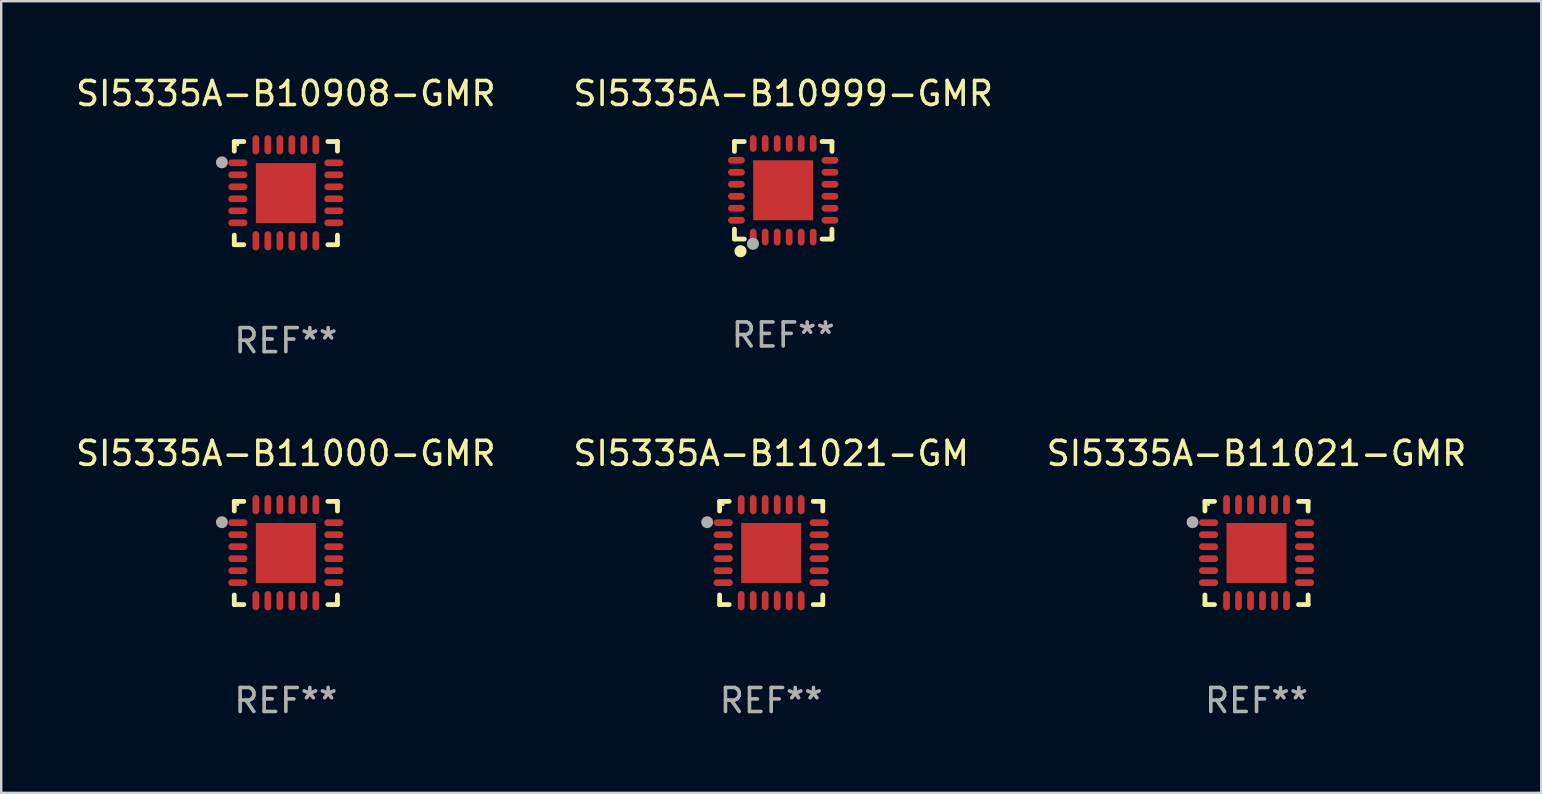
<source format=kicad_pcb>
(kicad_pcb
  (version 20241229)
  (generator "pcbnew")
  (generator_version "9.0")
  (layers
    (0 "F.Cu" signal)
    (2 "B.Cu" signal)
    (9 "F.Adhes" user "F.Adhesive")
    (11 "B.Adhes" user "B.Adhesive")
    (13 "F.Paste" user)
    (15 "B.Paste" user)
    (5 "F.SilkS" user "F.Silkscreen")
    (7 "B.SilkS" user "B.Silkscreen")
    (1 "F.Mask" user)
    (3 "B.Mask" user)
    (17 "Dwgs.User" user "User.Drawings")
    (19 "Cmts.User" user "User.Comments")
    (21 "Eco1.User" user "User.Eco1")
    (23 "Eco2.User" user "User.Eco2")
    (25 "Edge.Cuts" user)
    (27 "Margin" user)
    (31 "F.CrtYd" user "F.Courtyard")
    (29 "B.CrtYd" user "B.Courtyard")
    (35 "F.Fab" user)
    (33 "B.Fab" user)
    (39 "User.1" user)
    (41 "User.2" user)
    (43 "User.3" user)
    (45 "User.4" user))
  (footprint "SI5335A-B10999-GMR"
    (layer "F.Cu")
    (at 29.589 4.88)
    (property "Reference" "SI5335A-B10999-GMR" (at 0 -4.032 0) (layer "F.SilkS") (effects (font (size 1 1) (thickness 0.15))))
    (attr through_hole)
    (fp_line (start -2.032 -2.032) (end -1.621 -2.032) (stroke (width 0.2) (type solid)) (layer "F.SilkS"))
    (fp_line (start -2.032 -1.621) (end -2.032 -2.032) (stroke (width 0.2) (type solid)) (layer "F.SilkS"))
    (fp_line (start -2.032 2.032) (end -2.032 1.621) (stroke (width 0.2) (type solid)) (layer "F.SilkS"))
    (fp_line (start -1.621 2.032) (end -2.032 2.032) (stroke (width 0.2) (type solid)) (layer "F.SilkS"))
    (fp_line (start 1.621 -2.032) (end 2.032 -2.032) (stroke (width 0.2) (type solid)) (layer "F.SilkS"))
    (fp_line (start 2.032 -2.032) (end 2.032 -1.621) (stroke (width 0.2) (type solid)) (layer "F.SilkS"))
    (fp_line (start 2.032 1.621) (end 2.032 2.032) (stroke (width 0.2) (type solid)) (layer "F.SilkS"))
    (fp_line (start 2.032 2.032) (end 1.621 2.032) (stroke (width 0.2) (type solid)) (layer "F.SilkS"))
    (fp_circle (center -2 2) (end -1.97 2) (stroke (width 0.06) (type solid)) (fill no) (layer "F.SilkS"))
    (fp_circle (center -1.778 2.54) (end -1.651 2.54) (stroke (width 0.254) (type solid)) (fill no) (layer "F.SilkS"))
    (fp_circle (center -1.26 2.23) (end -1.133 2.23) (stroke (width 0.254) (type solid)) (fill no) (layer "F.Fab"))
    (fp_text user "REF**" (at 0 6.032 0) (layer "F.Fab") (effects (font (size 1 1) (thickness 0.15))))
    (pad "1" smd oval (at -1.25 1.95 180) (size 0.28 0.7) (layers "F.Cu" "F.Mask" "F.Paste"))
    (pad "2" smd oval (at -0.75 1.95 180) (size 0.28 0.7) (layers "F.Cu" "F.Mask" "F.Paste"))
    (pad "3" smd oval (at -0.25 1.95 180) (size 0.28 0.7) (layers "F.Cu" "F.Mask" "F.Paste"))
    (pad "4" smd oval (at 0.25 1.95 180) (size 0.28 0.7) (layers "F.Cu" "F.Mask" "F.Paste"))
    (pad "5" smd oval (at 0.75 1.95 180) (size 0.28 0.7) (layers "F.Cu" "F.Mask" "F.Paste"))
    (pad "6" smd oval (at 1.25 1.95 180) (size 0.28 0.7) (layers "F.Cu" "F.Mask" "F.Paste"))
    (pad "7" smd oval (at 1.95 1.25 270) (size 0.28 0.7) (layers "F.Cu" "F.Mask" "F.Paste"))
    (pad "8" smd oval (at 1.95 0.75 270) (size 0.28 0.7) (layers "F.Cu" "F.Mask" "F.Paste"))
    (pad "9" smd oval (at 1.95 0.25 270) (size 0.28 0.7) (layers "F.Cu" "F.Mask" "F.Paste"))
    (pad "10" smd oval (at 1.95 -0.25 270) (size 0.28 0.7) (layers "F.Cu" "F.Mask" "F.Paste"))
    (pad "11" smd oval (at 1.95 -0.75 270) (size 0.28 0.7) (layers "F.Cu" "F.Mask" "F.Paste"))
    (pad "12" smd oval (at 1.95 -1.25 270) (size 0.28 0.7) (layers "F.Cu" "F.Mask" "F.Paste"))
    (pad "13" smd oval (at 1.25 -1.95) (size 0.28 0.7) (layers "F.Cu" "F.Mask" "F.Paste"))
    (pad "14" smd oval (at 0.75 -1.95) (size 0.28 0.7) (layers "F.Cu" "F.Mask" "F.Paste"))
    (pad "15" smd oval (at 0.25 -1.95) (size 0.28 0.7) (layers "F.Cu" "F.Mask" "F.Paste"))
    (pad "16" smd oval (at -0.25 -1.95) (size 0.28 0.7) (layers "F.Cu" "F.Mask" "F.Paste"))
    (pad "17" smd oval (at -0.75 -1.95) (size 0.28 0.7) (layers "F.Cu" "F.Mask" "F.Paste"))
    (pad "18" smd oval (at -1.25 -1.95) (size 0.28 0.7) (layers "F.Cu" "F.Mask" "F.Paste"))
    (pad "19" smd oval (at -1.95 -1.25 90) (size 0.28 0.7) (layers "F.Cu" "F.Mask" "F.Paste"))
    (pad "20" smd oval (at -1.95 -0.75 90) (size 0.28 0.7) (layers "F.Cu" "F.Mask" "F.Paste"))
    (pad "21" smd oval (at -1.95 -0.25 90) (size 0.28 0.7) (layers "F.Cu" "F.Mask" "F.Paste"))
    (pad "22" smd oval (at -1.95 0.25 90) (size 0.28 0.7) (layers "F.Cu" "F.Mask" "F.Paste"))
    (pad "23" smd oval (at -1.95 0.75 90) (size 0.28 0.7) (layers "F.Cu" "F.Mask" "F.Paste"))
    (pad "24" smd oval (at -1.95 1.25 90) (size 0.28 0.7) (layers "F.Cu" "F.Mask" "F.Paste"))
    (pad "25" smd rect (at -0.000178 0.000025 90) (size 2.5 2.5) (layers "F.Cu" "F.Mask" "F.Paste")))
  (footprint "SI5335A-B11021-GMR"
    (layer "F.Cu")
    (at 49.315 19.995)
    (property "Reference" "SI5335A-B11021-GMR" (at 0 -4.15 0) (layer "F.SilkS") (effects (font (size 1 1) (thickness 0.15))))
    (attr through_hole)
    (fp_line (start -2.15 -2.15) (end -1.75 -2.15) (stroke (width 0.2) (type solid)) (layer "F.SilkS"))
    (fp_line (start -2.15 -1.75) (end -2.15 -2.15) (stroke (width 0.2) (type solid)) (layer "F.SilkS"))
    (fp_line (start -2.15 2.15) (end -2.15 1.75) (stroke (width 0.2) (type solid)) (layer "F.SilkS"))
    (fp_line (start -1.75 2.15) (end -2.15 2.15) (stroke (width 0.2) (type solid)) (layer "F.SilkS"))
    (fp_line (start 1.75 -2.15) (end 2.15 -2.15) (stroke (width 0.2) (type solid)) (layer "F.SilkS"))
    (fp_line (start 1.75 2.15) (end 2.15 2.15) (stroke (width 0.2) (type solid)) (layer "F.SilkS"))
    (fp_line (start 2.15 -2.15) (end 2.15 -1.75) (stroke (width 0.2) (type solid)) (layer "F.SilkS"))
    (fp_line (start 2.15 2.15) (end 2.15 1.75) (stroke (width 0.2) (type solid)) (layer "F.SilkS"))
    (fp_circle (center -2 -2.013) (end -1.97 -2.013) (stroke (width 0.06) (type solid)) (fill no) (layer "F.SilkS"))
    (fp_circle (center -2.667 -1.283) (end -2.542 -1.283) (stroke (width 0.25) (type solid)) (fill no) (layer "F.Fab"))
    (fp_text user "REF**" (at 0 6.15 0) (layer "F.Fab") (effects (font (size 1 1) (thickness 0.15))))
    (pad "1" smd oval (at -2 -1.263) (size 0.8 0.28) (layers "F.Cu" "F.Mask" "F.Paste"))
    (pad "2" smd oval (at -2 -0.763) (size 0.8 0.28) (layers "F.Cu" "F.Mask" "F.Paste"))
    (pad "3" smd oval (at -2 -0.263) (size 0.8 0.28) (layers "F.Cu" "F.Mask" "F.Paste"))
    (pad "4" smd oval (at -2 0.237) (size 0.8 0.28) (layers "F.Cu" "F.Mask" "F.Paste"))
    (pad "5" smd oval (at -2 0.737) (size 0.8 0.28) (layers "F.Cu" "F.Mask" "F.Paste"))
    (pad "6" smd oval (at -2 1.237) (size 0.8 0.28) (layers "F.Cu" "F.Mask" "F.Paste"))
    (pad "7" smd oval (at -1.25 1.987) (size 0.28 0.8) (layers "F.Cu" "F.Mask" "F.Paste"))
    (pad "8" smd oval (at -0.75 1.987) (size 0.28 0.8) (layers "F.Cu" "F.Mask" "F.Paste"))
    (pad "9" smd oval (at -0.25 1.987) (size 0.28 0.8) (layers "F.Cu" "F.Mask" "F.Paste"))
    (pad "10" smd oval (at 0.25 1.987) (size 0.28 0.8) (layers "F.Cu" "F.Mask" "F.Paste"))
    (pad "11" smd oval (at 0.75 1.987) (size 0.28 0.8) (layers "F.Cu" "F.Mask" "F.Paste"))
    (pad "12" smd oval (at 1.25 1.987) (size 0.28 0.8) (layers "F.Cu" "F.Mask" "F.Paste"))
    (pad "13" smd oval (at 2 1.237) (size 0.8 0.28) (layers "F.Cu" "F.Mask" "F.Paste"))
    (pad "14" smd oval (at 2 0.737) (size 0.8 0.28) (layers "F.Cu" "F.Mask" "F.Paste"))
    (pad "15" smd oval (at 2 0.237) (size 0.8 0.28) (layers "F.Cu" "F.Mask" "F.Paste"))
    (pad "16" smd oval (at 2 -0.263) (size 0.8 0.28) (layers "F.Cu" "F.Mask" "F.Paste"))
    (pad "17" smd oval (at 2 -0.763) (size 0.8 0.28) (layers "F.Cu" "F.Mask" "F.Paste"))
    (pad "18" smd oval (at 2 -1.263) (size 0.8 0.28) (layers "F.Cu" "F.Mask" "F.Paste"))
    (pad "19" smd oval (at 1.25 -2.013) (size 0.28 0.8) (layers "F.Cu" "F.Mask" "F.Paste"))
    (pad "20" smd oval (at 0.75 -2.013) (size 0.28 0.8) (layers "F.Cu" "F.Mask" "F.Paste"))
    (pad "21" smd oval (at 0.25 -2.013) (size 0.28 0.8) (layers "F.Cu" "F.Mask" "F.Paste"))
    (pad "22" smd oval (at -0.25 -2.013) (size 0.28 0.8) (layers "F.Cu" "F.Mask" "F.Paste"))
    (pad "23" smd oval (at -0.75 -2.013) (size 0.28 0.8) (layers "F.Cu" "F.Mask" "F.Paste"))
    (pad "24" smd oval (at -1.25 -2.013) (size 0.28 0.8) (layers "F.Cu" "F.Mask" "F.Paste"))
    (pad "25" smd rect (at -0.000127 -0.00014) (size 2.5 2.5) (layers "F.Cu" "F.Mask" "F.Paste")))
  (footprint "SI5335A-B11021-GM"
    (layer "F.Cu")
    (at 29.089 19.995)
    (property "Reference" "SI5335A-B11021-GM" (at 0 -4.15 0) (layer "F.SilkS") (effects (font (size 1 1) (thickness 0.15))))
    (attr through_hole)
    (fp_line (start -2.15 -2.15) (end -1.75 -2.15) (stroke (width 0.2) (type solid)) (layer "F.SilkS"))
    (fp_line (start -2.15 -1.75) (end -2.15 -2.15) (stroke (width 0.2) (type solid)) (layer "F.SilkS"))
    (fp_line (start -2.15 2.15) (end -2.15 1.75) (stroke (width 0.2) (type solid)) (layer "F.SilkS"))
    (fp_line (start -1.75 2.15) (end -2.15 2.15) (stroke (width 0.2) (type solid)) (layer "F.SilkS"))
    (fp_line (start 1.75 -2.15) (end 2.15 -2.15) (stroke (width 0.2) (type solid)) (layer "F.SilkS"))
    (fp_line (start 1.75 2.15) (end 2.15 2.15) (stroke (width 0.2) (type solid)) (layer "F.SilkS"))
    (fp_line (start 2.15 -2.15) (end 2.15 -1.75) (stroke (width 0.2) (type solid)) (layer "F.SilkS"))
    (fp_line (start 2.15 2.15) (end 2.15 1.75) (stroke (width 0.2) (type solid)) (layer "F.SilkS"))
    (fp_circle (center -2 -2.013) (end -1.97 -2.013) (stroke (width 0.06) (type solid)) (fill no) (layer "F.SilkS"))
    (fp_circle (center -2.667 -1.283) (end -2.542 -1.283) (stroke (width 0.25) (type solid)) (fill no) (layer "F.Fab"))
    (fp_text user "REF**" (at 0 6.15 0) (layer "F.Fab") (effects (font (size 1 1) (thickness 0.15))))
    (pad "1" smd oval (at -2 -1.263) (size 0.8 0.28) (layers "F.Cu" "F.Mask" "F.Paste"))
    (pad "2" smd oval (at -2 -0.763) (size 0.8 0.28) (layers "F.Cu" "F.Mask" "F.Paste"))
    (pad "3" smd oval (at -2 -0.263) (size 0.8 0.28) (layers "F.Cu" "F.Mask" "F.Paste"))
    (pad "4" smd oval (at -2 0.237) (size 0.8 0.28) (layers "F.Cu" "F.Mask" "F.Paste"))
    (pad "5" smd oval (at -2 0.737) (size 0.8 0.28) (layers "F.Cu" "F.Mask" "F.Paste"))
    (pad "6" smd oval (at -2 1.237) (size 0.8 0.28) (layers "F.Cu" "F.Mask" "F.Paste"))
    (pad "7" smd oval (at -1.25 1.987) (size 0.28 0.8) (layers "F.Cu" "F.Mask" "F.Paste"))
    (pad "8" smd oval (at -0.75 1.987) (size 0.28 0.8) (layers "F.Cu" "F.Mask" "F.Paste"))
    (pad "9" smd oval (at -0.25 1.987) (size 0.28 0.8) (layers "F.Cu" "F.Mask" "F.Paste"))
    (pad "10" smd oval (at 0.25 1.987) (size 0.28 0.8) (layers "F.Cu" "F.Mask" "F.Paste"))
    (pad "11" smd oval (at 0.75 1.987) (size 0.28 0.8) (layers "F.Cu" "F.Mask" "F.Paste"))
    (pad "12" smd oval (at 1.25 1.987) (size 0.28 0.8) (layers "F.Cu" "F.Mask" "F.Paste"))
    (pad "13" smd oval (at 2 1.237) (size 0.8 0.28) (layers "F.Cu" "F.Mask" "F.Paste"))
    (pad "14" smd oval (at 2 0.737) (size 0.8 0.28) (layers "F.Cu" "F.Mask" "F.Paste"))
    (pad "15" smd oval (at 2 0.237) (size 0.8 0.28) (layers "F.Cu" "F.Mask" "F.Paste"))
    (pad "16" smd oval (at 2 -0.263) (size 0.8 0.28) (layers "F.Cu" "F.Mask" "F.Paste"))
    (pad "17" smd oval (at 2 -0.763) (size 0.8 0.28) (layers "F.Cu" "F.Mask" "F.Paste"))
    (pad "18" smd oval (at 2 -1.263) (size 0.8 0.28) (layers "F.Cu" "F.Mask" "F.Paste"))
    (pad "19" smd oval (at 1.25 -2.013) (size 0.28 0.8) (layers "F.Cu" "F.Mask" "F.Paste"))
    (pad "20" smd oval (at 0.75 -2.013) (size 0.28 0.8) (layers "F.Cu" "F.Mask" "F.Paste"))
    (pad "21" smd oval (at 0.25 -2.013) (size 0.28 0.8) (layers "F.Cu" "F.Mask" "F.Paste"))
    (pad "22" smd oval (at -0.25 -2.013) (size 0.28 0.8) (layers "F.Cu" "F.Mask" "F.Paste"))
    (pad "23" smd oval (at -0.75 -2.013) (size 0.28 0.8) (layers "F.Cu" "F.Mask" "F.Paste"))
    (pad "24" smd oval (at -1.25 -2.013) (size 0.28 0.8) (layers "F.Cu" "F.Mask" "F.Paste"))
    (pad "25" smd rect (at -0.000127 -0.00014) (size 2.5 2.5) (layers "F.Cu" "F.Mask" "F.Paste")))
  (footprint "SI5335A-B10908-GMR"
    (layer "F.Cu")
    (at 8.863 4.998)
    (property "Reference" "SI5335A-B10908-GMR" (at 0 -4.15 0) (layer "F.SilkS") (effects (font (size 1 1) (thickness 0.15))))
    (attr through_hole)
    (fp_line (start -2.15 -2.15) (end -1.75 -2.15) (stroke (width 0.2) (type solid)) (layer "F.SilkS"))
    (fp_line (start -2.15 -1.75) (end -2.15 -2.15) (stroke (width 0.2) (type solid)) (layer "F.SilkS"))
    (fp_line (start -2.15 2.15) (end -2.15 1.75) (stroke (width 0.2) (type solid)) (layer "F.SilkS"))
    (fp_line (start -1.75 2.15) (end -2.15 2.15) (stroke (width 0.2) (type solid)) (layer "F.SilkS"))
    (fp_line (start 1.75 -2.15) (end 2.15 -2.15) (stroke (width 0.2) (type solid)) (layer "F.SilkS"))
    (fp_line (start 1.75 2.15) (end 2.15 2.15) (stroke (width 0.2) (type solid)) (layer "F.SilkS"))
    (fp_line (start 2.15 -2.15) (end 2.15 -1.75) (stroke (width 0.2) (type solid)) (layer "F.SilkS"))
    (fp_line (start 2.15 2.15) (end 2.15 1.75) (stroke (width 0.2) (type solid)) (layer "F.SilkS"))
    (fp_circle (center -2 -2.013) (end -1.97 -2.013) (stroke (width 0.06) (type solid)) (fill no) (layer "F.SilkS"))
    (fp_circle (center -2.667 -1.283) (end -2.542 -1.283) (stroke (width 0.25) (type solid)) (fill no) (layer "F.Fab"))
    (fp_text user "REF**" (at 0 6.15 0) (layer "F.Fab") (effects (font (size 1 1) (thickness 0.15))))
    (pad "1" smd oval (at -2 -1.263) (size 0.8 0.28) (layers "F.Cu" "F.Mask" "F.Paste"))
    (pad "2" smd oval (at -2 -0.763) (size 0.8 0.28) (layers "F.Cu" "F.Mask" "F.Paste"))
    (pad "3" smd oval (at -2 -0.263) (size 0.8 0.28) (layers "F.Cu" "F.Mask" "F.Paste"))
    (pad "4" smd oval (at -2 0.237) (size 0.8 0.28) (layers "F.Cu" "F.Mask" "F.Paste"))
    (pad "5" smd oval (at -2 0.737) (size 0.8 0.28) (layers "F.Cu" "F.Mask" "F.Paste"))
    (pad "6" smd oval (at -2 1.237) (size 0.8 0.28) (layers "F.Cu" "F.Mask" "F.Paste"))
    (pad "7" smd oval (at -1.25 1.987) (size 0.28 0.8) (layers "F.Cu" "F.Mask" "F.Paste"))
    (pad "8" smd oval (at -0.75 1.987) (size 0.28 0.8) (layers "F.Cu" "F.Mask" "F.Paste"))
    (pad "9" smd oval (at -0.25 1.987) (size 0.28 0.8) (layers "F.Cu" "F.Mask" "F.Paste"))
    (pad "10" smd oval (at 0.25 1.987) (size 0.28 0.8) (layers "F.Cu" "F.Mask" "F.Paste"))
    (pad "11" smd oval (at 0.75 1.987) (size 0.28 0.8) (layers "F.Cu" "F.Mask" "F.Paste"))
    (pad "12" smd oval (at 1.25 1.987) (size 0.28 0.8) (layers "F.Cu" "F.Mask" "F.Paste"))
    (pad "13" smd oval (at 2 1.237) (size 0.8 0.28) (layers "F.Cu" "F.Mask" "F.Paste"))
    (pad "14" smd oval (at 2 0.737) (size 0.8 0.28) (layers "F.Cu" "F.Mask" "F.Paste"))
    (pad "15" smd oval (at 2 0.237) (size 0.8 0.28) (layers "F.Cu" "F.Mask" "F.Paste"))
    (pad "16" smd oval (at 2 -0.263) (size 0.8 0.28) (layers "F.Cu" "F.Mask" "F.Paste"))
    (pad "17" smd oval (at 2 -0.763) (size 0.8 0.28) (layers "F.Cu" "F.Mask" "F.Paste"))
    (pad "18" smd oval (at 2 -1.263) (size 0.8 0.28) (layers "F.Cu" "F.Mask" "F.Paste"))
    (pad "19" smd oval (at 1.25 -2.013) (size 0.28 0.8) (layers "F.Cu" "F.Mask" "F.Paste"))
    (pad "20" smd oval (at 0.75 -2.013) (size 0.28 0.8) (layers "F.Cu" "F.Mask" "F.Paste"))
    (pad "21" smd oval (at 0.25 -2.013) (size 0.28 0.8) (layers "F.Cu" "F.Mask" "F.Paste"))
    (pad "22" smd oval (at -0.25 -2.013) (size 0.28 0.8) (layers "F.Cu" "F.Mask" "F.Paste"))
    (pad "23" smd oval (at -0.75 -2.013) (size 0.28 0.8) (layers "F.Cu" "F.Mask" "F.Paste"))
    (pad "24" smd oval (at -1.25 -2.013) (size 0.28 0.8) (layers "F.Cu" "F.Mask" "F.Paste"))
    (pad "25" smd rect (at -0.000127 -0.00014) (size 2.5 2.5) (layers "F.Cu" "F.Mask" "F.Paste")))
  (footprint "SI5335A-B11000-GMR"
    (layer "F.Cu")
    (at 8.863 19.995)
    (property "Reference" "SI5335A-B11000-GMR" (at 0 -4.15 0) (layer "F.SilkS") (effects (font (size 1 1) (thickness 0.15))))
    (attr through_hole)
    (fp_line (start -2.15 -2.15) (end -1.75 -2.15) (stroke (width 0.2) (type solid)) (layer "F.SilkS"))
    (fp_line (start -2.15 -1.75) (end -2.15 -2.15) (stroke (width 0.2) (type solid)) (layer "F.SilkS"))
    (fp_line (start -2.15 2.15) (end -2.15 1.75) (stroke (width 0.2) (type solid)) (layer "F.SilkS"))
    (fp_line (start -1.75 2.15) (end -2.15 2.15) (stroke (width 0.2) (type solid)) (layer "F.SilkS"))
    (fp_line (start 1.75 -2.15) (end 2.15 -2.15) (stroke (width 0.2) (type solid)) (layer "F.SilkS"))
    (fp_line (start 1.75 2.15) (end 2.15 2.15) (stroke (width 0.2) (type solid)) (layer "F.SilkS"))
    (fp_line (start 2.15 -2.15) (end 2.15 -1.75) (stroke (width 0.2) (type solid)) (layer "F.SilkS"))
    (fp_line (start 2.15 2.15) (end 2.15 1.75) (stroke (width 0.2) (type solid)) (layer "F.SilkS"))
    (fp_circle (center -2 -2.013) (end -1.97 -2.013) (stroke (width 0.06) (type solid)) (fill no) (layer "F.SilkS"))
    (fp_circle (center -2.667 -1.283) (end -2.542 -1.283) (stroke (width 0.25) (type solid)) (fill no) (layer "F.Fab"))
    (fp_text user "REF**" (at 0 6.15 0) (layer "F.Fab") (effects (font (size 1 1) (thickness 0.15))))
    (pad "1" smd oval (at -2 -1.263) (size 0.8 0.28) (layers "F.Cu" "F.Mask" "F.Paste"))
    (pad "2" smd oval (at -2 -0.763) (size 0.8 0.28) (layers "F.Cu" "F.Mask" "F.Paste"))
    (pad "3" smd oval (at -2 -0.263) (size 0.8 0.28) (layers "F.Cu" "F.Mask" "F.Paste"))
    (pad "4" smd oval (at -2 0.237) (size 0.8 0.28) (layers "F.Cu" "F.Mask" "F.Paste"))
    (pad "5" smd oval (at -2 0.737) (size 0.8 0.28) (layers "F.Cu" "F.Mask" "F.Paste"))
    (pad "6" smd oval (at -2 1.237) (size 0.8 0.28) (layers "F.Cu" "F.Mask" "F.Paste"))
    (pad "7" smd oval (at -1.25 1.987) (size 0.28 0.8) (layers "F.Cu" "F.Mask" "F.Paste"))
    (pad "8" smd oval (at -0.75 1.987) (size 0.28 0.8) (layers "F.Cu" "F.Mask" "F.Paste"))
    (pad "9" smd oval (at -0.25 1.987) (size 0.28 0.8) (layers "F.Cu" "F.Mask" "F.Paste"))
    (pad "10" smd oval (at 0.25 1.987) (size 0.28 0.8) (layers "F.Cu" "F.Mask" "F.Paste"))
    (pad "11" smd oval (at 0.75 1.987) (size 0.28 0.8) (layers "F.Cu" "F.Mask" "F.Paste"))
    (pad "12" smd oval (at 1.25 1.987) (size 0.28 0.8) (layers "F.Cu" "F.Mask" "F.Paste"))
    (pad "13" smd oval (at 2 1.237) (size 0.8 0.28) (layers "F.Cu" "F.Mask" "F.Paste"))
    (pad "14" smd oval (at 2 0.737) (size 0.8 0.28) (layers "F.Cu" "F.Mask" "F.Paste"))
    (pad "15" smd oval (at 2 0.237) (size 0.8 0.28) (layers "F.Cu" "F.Mask" "F.Paste"))
    (pad "16" smd oval (at 2 -0.263) (size 0.8 0.28) (layers "F.Cu" "F.Mask" "F.Paste"))
    (pad "17" smd oval (at 2 -0.763) (size 0.8 0.28) (layers "F.Cu" "F.Mask" "F.Paste"))
    (pad "18" smd oval (at 2 -1.263) (size 0.8 0.28) (layers "F.Cu" "F.Mask" "F.Paste"))
    (pad "19" smd oval (at 1.25 -2.013) (size 0.28 0.8) (layers "F.Cu" "F.Mask" "F.Paste"))
    (pad "20" smd oval (at 0.75 -2.013) (size 0.28 0.8) (layers "F.Cu" "F.Mask" "F.Paste"))
    (pad "21" smd oval (at 0.25 -2.013) (size 0.28 0.8) (layers "F.Cu" "F.Mask" "F.Paste"))
    (pad "22" smd oval (at -0.25 -2.013) (size 0.28 0.8) (layers "F.Cu" "F.Mask" "F.Paste"))
    (pad "23" smd oval (at -0.75 -2.013) (size 0.28 0.8) (layers "F.Cu" "F.Mask" "F.Paste"))
    (pad "24" smd oval (at -1.25 -2.013) (size 0.28 0.8) (layers "F.Cu" "F.Mask" "F.Paste"))
    (pad "25" smd rect (at -0.000127 -0.00014) (size 2.5 2.5) (layers "F.Cu" "F.Mask" "F.Paste")))
  (gr_rect
    (start -3 -3)
    (end 61.179 29.993)
    (stroke (width 0.1) (type default))
    (fill no)
    (layer "Edge.Cuts")))
</source>
